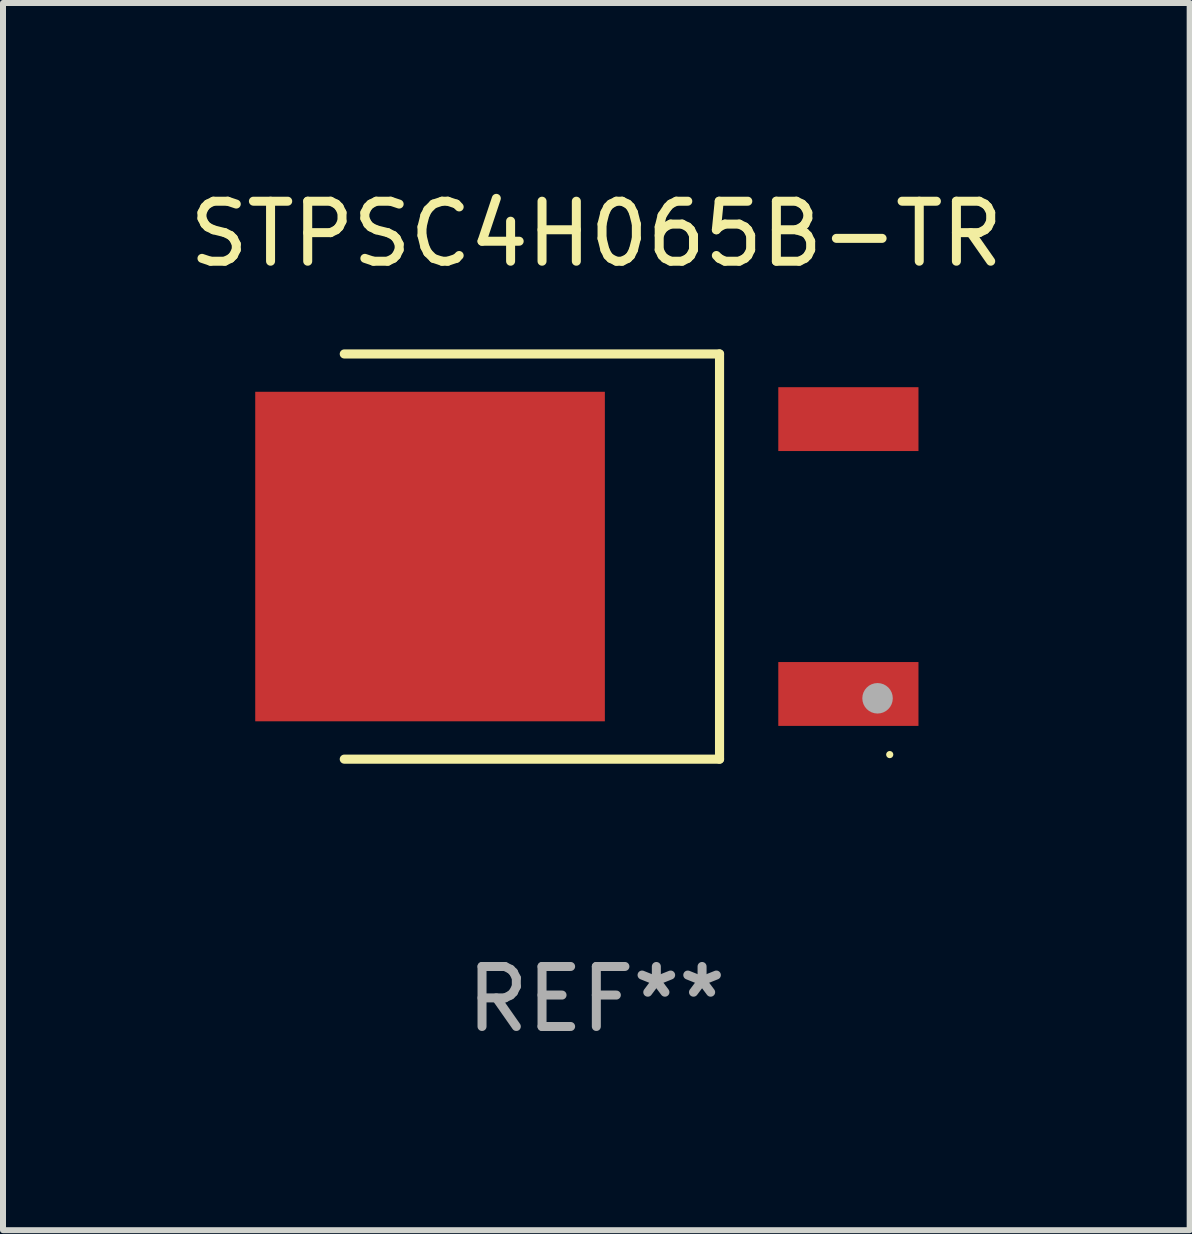
<source format=kicad_pcb>
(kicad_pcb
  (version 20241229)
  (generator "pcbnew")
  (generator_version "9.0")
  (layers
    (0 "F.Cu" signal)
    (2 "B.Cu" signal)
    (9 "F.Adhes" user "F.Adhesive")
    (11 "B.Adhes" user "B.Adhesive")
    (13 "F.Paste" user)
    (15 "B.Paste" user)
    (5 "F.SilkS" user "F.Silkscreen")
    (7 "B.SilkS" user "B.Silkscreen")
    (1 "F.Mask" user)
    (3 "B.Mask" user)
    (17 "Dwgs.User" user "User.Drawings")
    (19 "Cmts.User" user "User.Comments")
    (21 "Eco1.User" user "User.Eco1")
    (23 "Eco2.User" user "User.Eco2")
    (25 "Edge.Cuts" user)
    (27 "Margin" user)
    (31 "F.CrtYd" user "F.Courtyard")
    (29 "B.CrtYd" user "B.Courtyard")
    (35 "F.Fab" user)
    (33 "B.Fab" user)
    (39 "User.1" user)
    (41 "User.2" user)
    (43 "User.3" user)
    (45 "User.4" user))
  (footprint "STPSC4H065B-TR"
    (layer "F.Cu")
    (at 6.887 6.224)
    (property "Reference" "STPSC4H065B-TR" (at 0 -5.376 0) (layer "F.SilkS") (effects (font (size 1 1) (thickness 0.15))))
    (attr through_hole)
    (fp_line (start -4.2 -3.376) (end 2.053 -3.376) (stroke (width 0.152) (type solid)) (layer "F.SilkS"))
    (fp_line (start -4.2 3.376) (end 2.053 3.376) (stroke (width 0.152) (type solid)) (layer "F.SilkS"))
    (fp_line (start 2.053 3.376) (end 2.053 -3.376) (stroke (width 0.152) (type solid)) (layer "F.SilkS"))
    (fp_circle (center 4.889 3.3) (end 4.919 3.3) (stroke (width 0.06) (type solid)) (fill no) (layer "F.SilkS"))
    (fp_circle (center 4.686 2.362) (end 4.813 2.362) (stroke (width 0.254) (type solid)) (fill no) (layer "F.Fab"))
    (fp_text user "REF**" (at 0 7.376 0) (layer "F.Fab") (effects (font (size 1 1) (thickness 0.15))))
    (pad "1" smd rect (at 4.2 2.29) (size 2.336 1.064) (layers "F.Cu" "F.Mask" "F.Paste"))
    (pad "3" smd rect (at 4.2 -2.29) (size 2.336 1.064) (layers "F.Cu" "F.Mask" "F.Paste"))
    (pad "4" smd rect (at -2.771 0) (size 5.826 5.491) (layers "F.Cu" "F.Mask" "F.Paste")))
  (gr_rect
    (start -3 -3)
    (end 16.774 17.449)
    (stroke (width 0.1) (type default))
    (fill no)
    (layer "Edge.Cuts")))
</source>
